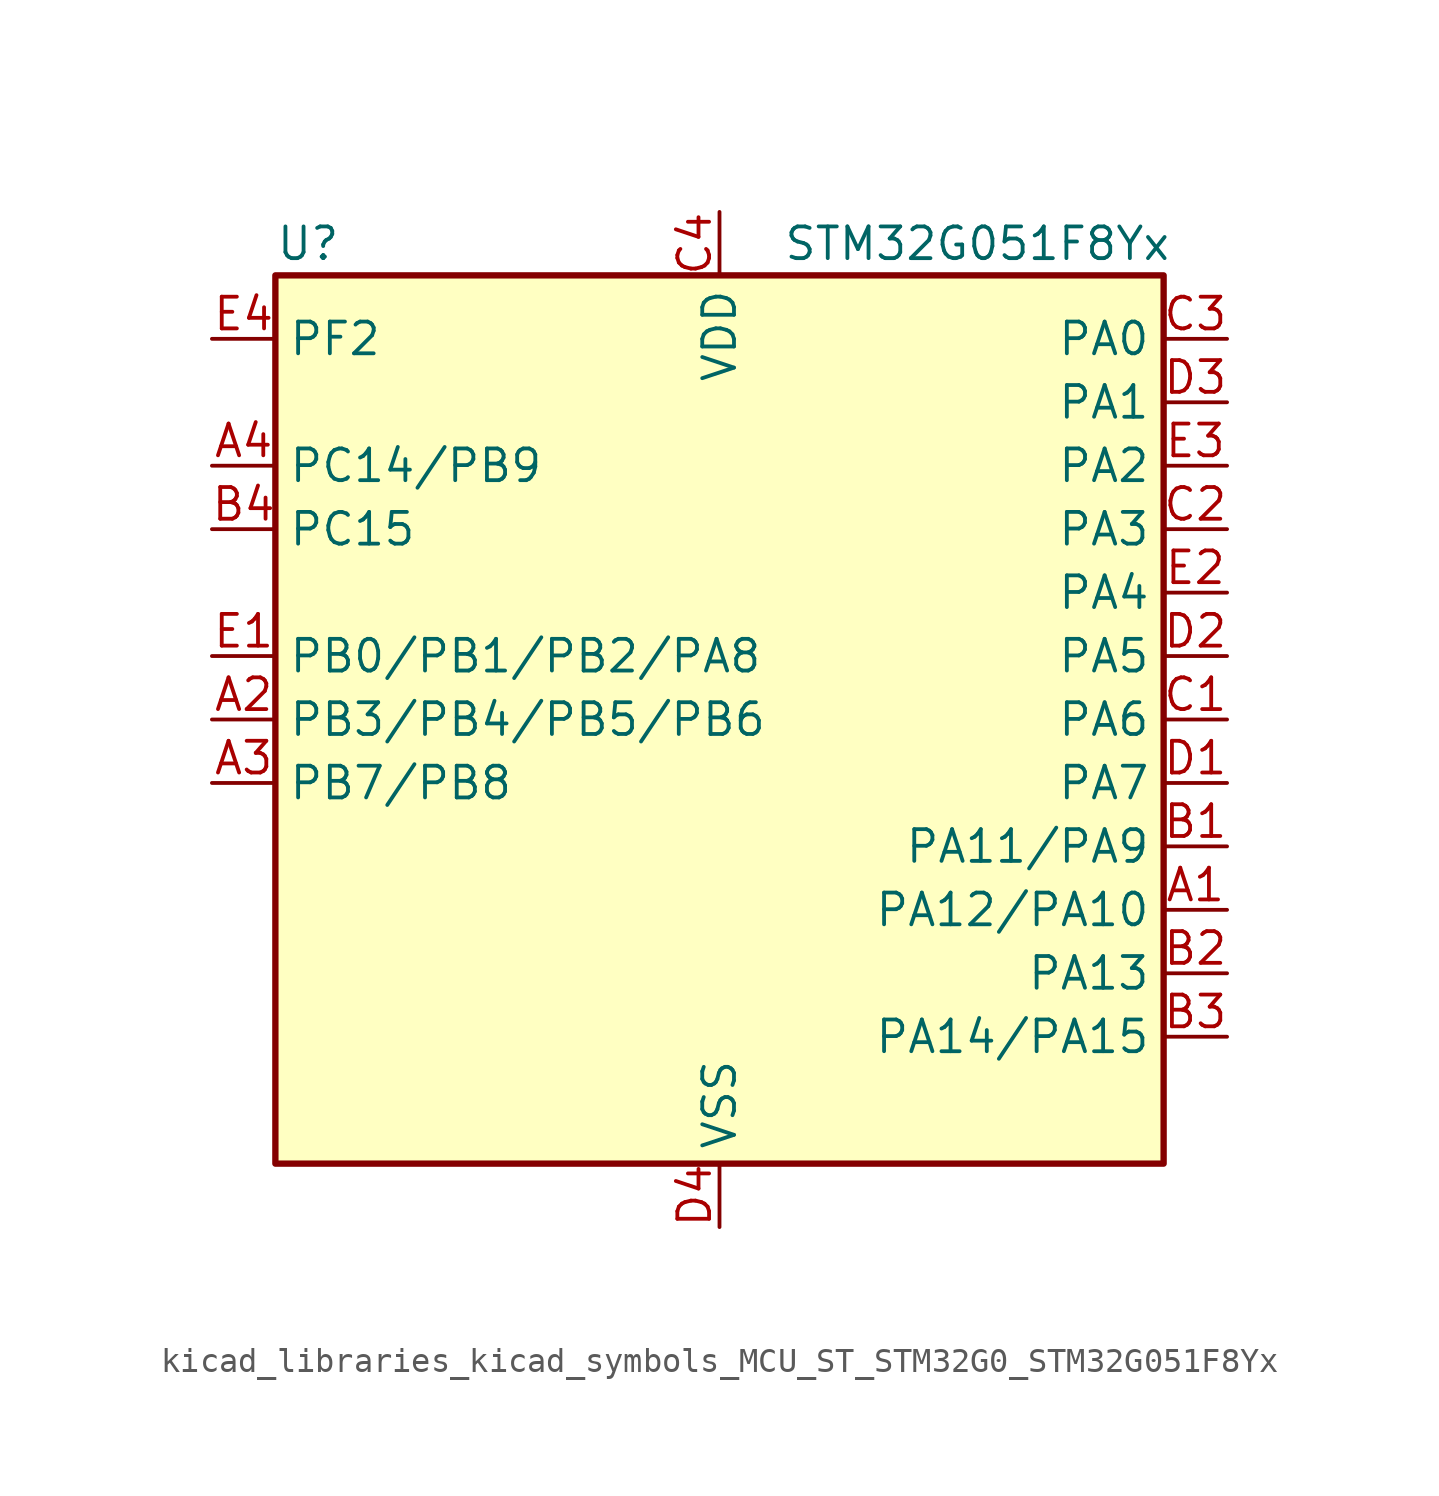
<source format=kicad_sym>
(kicad_symbol_lib
  (version 20220914)
  (generator kicad_symbol_editor)
  (symbol "kicad_libraries_kicad_symbols_MCU_ST_STM32G0_STM32G051F8Yx"
    (property "Reference" "U"
      (at -17.78 19.05 0)
      (effects (font (size 1.27 1.27)) (justify left)))
    (property "Value" "STM32G051F8Yx"
      (at 2.54 19.05 0)
      (effects (font (size 1.27 1.27)) (justify left)))
    (property "ki_locked" ""
      (at 0 0 0)
      (effects (font (size 1.27 1.27))))
    (symbol "kicad_libraries_kicad_symbols_MCU_ST_STM32G0_STM32G051F8Yx_0_1"
      (rectangle (start -17.78 -17.78) (end 17.78 17.78) (stroke (width 0.254) (type default)) (fill (type background))))
    (symbol "kicad_libraries_kicad_symbols_MCU_ST_STM32G0_STM32G051F8Yx_1_1"
      (pin bidirectional line (at 20.32 -7.62 180) (length 2.54) (name "PA12/PA10" (effects (font (size 1.27 1.27)))) (number "A1" (effects (font (size 1.27 1.27)))) (alternate "ADC1_IN16" bidirectional line) (alternate "COMP2_OUT" bidirectional line) (alternate "I2C2_SDA" bidirectional line) (alternate "I2S1_SD" bidirectional line) (alternate "I2S_CKIN" bidirectional line) (alternate "SPI1_MOSI" bidirectional line) (alternate "TIM1_ETR" bidirectional line) (alternate "USART1_CK" bidirectional line) (alternate "USART1_DE" bidirectional line) (alternate "USART1_RTS" bidirectional line))
      (pin bidirectional line (at -20.32 0 0) (length 2.54) (name "PB3/PB4/PB5/PB6" (effects (font (size 1.27 1.27)))) (number "A2" (effects (font (size 1.27 1.27)))) (alternate "COMP2_INM" bidirectional line) (alternate "I2S1_CK" bidirectional line) (alternate "SPI1_SCK" bidirectional line) (alternate "TIM1_CH2" bidirectional line) (alternate "TIM2_CH2" bidirectional line) (alternate "USART1_CK" bidirectional line) (alternate "USART1_DE" bidirectional line) (alternate "USART1_RTS" bidirectional line))
      (pin bidirectional line (at -20.32 -2.54 0) (length 2.54) (name "PB7/PB8" (effects (font (size 1.27 1.27)))) (number "A3" (effects (font (size 1.27 1.27)))) (alternate "ADC1_IN11" bidirectional line) (alternate "COMP2_INM" bidirectional line) (alternate "I2C1_SDA" bidirectional line) (alternate "LPTIM1_IN2" bidirectional line) (alternate "SPI2_MOSI" bidirectional line) (alternate "SYS_PVD_IN" bidirectional line) (alternate "TIM17_CH1N" bidirectional line) (alternate "USART1_RX" bidirectional line))
      (pin bidirectional line (at -20.32 10.16 0) (length 2.54) (name "PC14/PB9" (effects (font (size 1.27 1.27)))) (number "A4" (effects (font (size 1.27 1.27)))) (alternate "RCC_OSC32_IN" bidirectional line) (alternate "RCC_OSC_IN" bidirectional line) (alternate "TIM1_BK2" bidirectional line))
      (pin bidirectional line (at 20.32 -5.08 180) (length 2.54) (name "PA11/PA9" (effects (font (size 1.27 1.27)))) (number "B1" (effects (font (size 1.27 1.27)))) (alternate "ADC1_EXTI11" bidirectional line) (alternate "ADC1_IN15" bidirectional line) (alternate "COMP1_OUT" bidirectional line) (alternate "I2C2_SCL" bidirectional line) (alternate "I2S1_MCK" bidirectional line) (alternate "SPI1_MISO" bidirectional line) (alternate "TIM1_BK2" bidirectional line) (alternate "TIM1_CH4" bidirectional line) (alternate "USART1_CTS" bidirectional line) (alternate "USART1_NSS" bidirectional line))
      (pin bidirectional line (at 20.32 -10.16 180) (length 2.54) (name "PA13" (effects (font (size 1.27 1.27)))) (number "B2" (effects (font (size 1.27 1.27)))) (alternate "ADC1_IN17" bidirectional line) (alternate "IR_OUT" bidirectional line) (alternate "SYS_SWDIO" bidirectional line))
      (pin bidirectional line (at 20.32 -12.7 180) (length 2.54) (name "PA14/PA15" (effects (font (size 1.27 1.27)))) (number "B3" (effects (font (size 1.27 1.27)))) (alternate "ADC1_IN18" bidirectional line) (alternate "SYS_SWCLK" bidirectional line) (alternate "USART2_TX" bidirectional line))
      (pin bidirectional line (at -20.32 7.62 0) (length 2.54) (name "PC15" (effects (font (size 1.27 1.27)))) (number "B4" (effects (font (size 1.27 1.27)))) (alternate "RCC_OSC32_EN" bidirectional line) (alternate "RCC_OSC32_OUT" bidirectional line) (alternate "RCC_OSC_EN" bidirectional line) (alternate "TIM15_BK" bidirectional line))
      (pin bidirectional line (at 20.32 0 180) (length 2.54) (name "PA6" (effects (font (size 1.27 1.27)))) (number "C1" (effects (font (size 1.27 1.27)))) (alternate "ADC1_IN6" bidirectional line) (alternate "COMP1_OUT" bidirectional line) (alternate "I2S1_MCK" bidirectional line) (alternate "LPUART1_CTS" bidirectional line) (alternate "SPI1_MISO" bidirectional line) (alternate "TIM16_CH1" bidirectional line) (alternate "TIM1_BK" bidirectional line) (alternate "TIM3_CH1" bidirectional line))
      (pin bidirectional line (at 20.32 7.62 180) (length 2.54) (name "PA3" (effects (font (size 1.27 1.27)))) (number "C2" (effects (font (size 1.27 1.27)))) (alternate "ADC1_IN3" bidirectional line) (alternate "COMP2_INP" bidirectional line) (alternate "LPUART1_RX" bidirectional line) (alternate "SPI2_MISO" bidirectional line) (alternate "TIM15_CH2" bidirectional line) (alternate "TIM2_CH4" bidirectional line) (alternate "USART2_RX" bidirectional line))
      (pin bidirectional line (at 20.32 15.24 180) (length 2.54) (name "PA0" (effects (font (size 1.27 1.27)))) (number "C3" (effects (font (size 1.27 1.27)))) (alternate "ADC1_IN0" bidirectional line) (alternate "COMP1_INM" bidirectional line) (alternate "COMP1_OUT" bidirectional line) (alternate "LPTIM1_OUT" bidirectional line) (alternate "RTC_TAMP_IN2" bidirectional line) (alternate "SPI2_SCK" bidirectional line) (alternate "SYS_WKUP1" bidirectional line) (alternate "TIM2_CH1" bidirectional line) (alternate "TIM2_ETR" bidirectional line) (alternate "USART2_CTS" bidirectional line) (alternate "USART2_NSS" bidirectional line))
      (pin power_in line (at 0 20.32 270) (length 2.54) (name "VDD" (effects (font (size 1.27 1.27)))) (number "C4" (effects (font (size 1.27 1.27)))))
      (pin bidirectional line (at 20.32 -2.54 180) (length 2.54) (name "PA7" (effects (font (size 1.27 1.27)))) (number "D1" (effects (font (size 1.27 1.27)))) (alternate "ADC1_IN7" bidirectional line) (alternate "COMP2_OUT" bidirectional line) (alternate "I2S1_SD" bidirectional line) (alternate "SPI1_MOSI" bidirectional line) (alternate "TIM14_CH1" bidirectional line) (alternate "TIM17_CH1" bidirectional line) (alternate "TIM1_CH1N" bidirectional line) (alternate "TIM3_CH2" bidirectional line))
      (pin bidirectional line (at 20.32 2.54 180) (length 2.54) (name "PA5" (effects (font (size 1.27 1.27)))) (number "D2" (effects (font (size 1.27 1.27)))) (alternate "ADC1_IN5" bidirectional line) (alternate "DAC1_OUT2" bidirectional line) (alternate "I2S1_CK" bidirectional line) (alternate "LPTIM2_ETR" bidirectional line) (alternate "SPI1_SCK" bidirectional line) (alternate "TIM2_CH1" bidirectional line) (alternate "TIM2_ETR" bidirectional line))
      (pin bidirectional line (at 20.32 12.7 180) (length 2.54) (name "PA1" (effects (font (size 1.27 1.27)))) (number "D3" (effects (font (size 1.27 1.27)))) (alternate "ADC1_IN1" bidirectional line) (alternate "COMP1_INP" bidirectional line) (alternate "I2C1_SMBA" bidirectional line) (alternate "I2S1_CK" bidirectional line) (alternate "SPI1_SCK" bidirectional line) (alternate "TIM15_CH1N" bidirectional line) (alternate "TIM2_CH2" bidirectional line) (alternate "USART2_CK" bidirectional line) (alternate "USART2_DE" bidirectional line) (alternate "USART2_RTS" bidirectional line))
      (pin power_in line (at 0 -20.32 90) (length 2.54) (name "VSS" (effects (font (size 1.27 1.27)))) (number "D4" (effects (font (size 1.27 1.27)))))
      (pin bidirectional line (at -20.32 2.54 0) (length 2.54) (name "PB0/PB1/PB2/PA8" (effects (font (size 1.27 1.27)))) (number "E1" (effects (font (size 1.27 1.27)))) (alternate "ADC1_IN8" bidirectional line) (alternate "COMP1_OUT" bidirectional line) (alternate "I2S1_WS" bidirectional line) (alternate "LPTIM1_OUT" bidirectional line) (alternate "SPI1_NSS" bidirectional line) (alternate "TIM1_CH2N" bidirectional line) (alternate "TIM3_CH3" bidirectional line))
      (pin bidirectional line (at 20.32 5.08 180) (length 2.54) (name "PA4" (effects (font (size 1.27 1.27)))) (number "E2" (effects (font (size 1.27 1.27)))) (alternate "ADC1_IN4" bidirectional line) (alternate "DAC1_OUT1" bidirectional line) (alternate "I2S1_WS" bidirectional line) (alternate "LPTIM2_OUT" bidirectional line) (alternate "RTC_OUT1" bidirectional line) (alternate "RTC_TAMP_IN1" bidirectional line) (alternate "RTC_TS" bidirectional line) (alternate "SPI1_NSS" bidirectional line) (alternate "SPI2_MOSI" bidirectional line) (alternate "SYS_WKUP2" bidirectional line) (alternate "TIM14_CH1" bidirectional line))
      (pin bidirectional line (at 20.32 10.16 180) (length 2.54) (name "PA2" (effects (font (size 1.27 1.27)))) (number "E3" (effects (font (size 1.27 1.27)))) (alternate "ADC1_IN2" bidirectional line) (alternate "COMP2_INM" bidirectional line) (alternate "COMP2_OUT" bidirectional line) (alternate "I2S1_SD" bidirectional line) (alternate "LPUART1_TX" bidirectional line) (alternate "RCC_LSCO" bidirectional line) (alternate "SPI1_MOSI" bidirectional line) (alternate "SYS_WKUP4" bidirectional line) (alternate "TIM15_CH1" bidirectional line) (alternate "TIM2_CH3" bidirectional line) (alternate "USART2_TX" bidirectional line))
      (pin bidirectional line (at -20.32 15.24 0) (length 2.54) (name "PF2" (effects (font (size 1.27 1.27)))) (number "E4" (effects (font (size 1.27 1.27)))) (alternate "RCC_MCO" bidirectional line)))))
</source>
